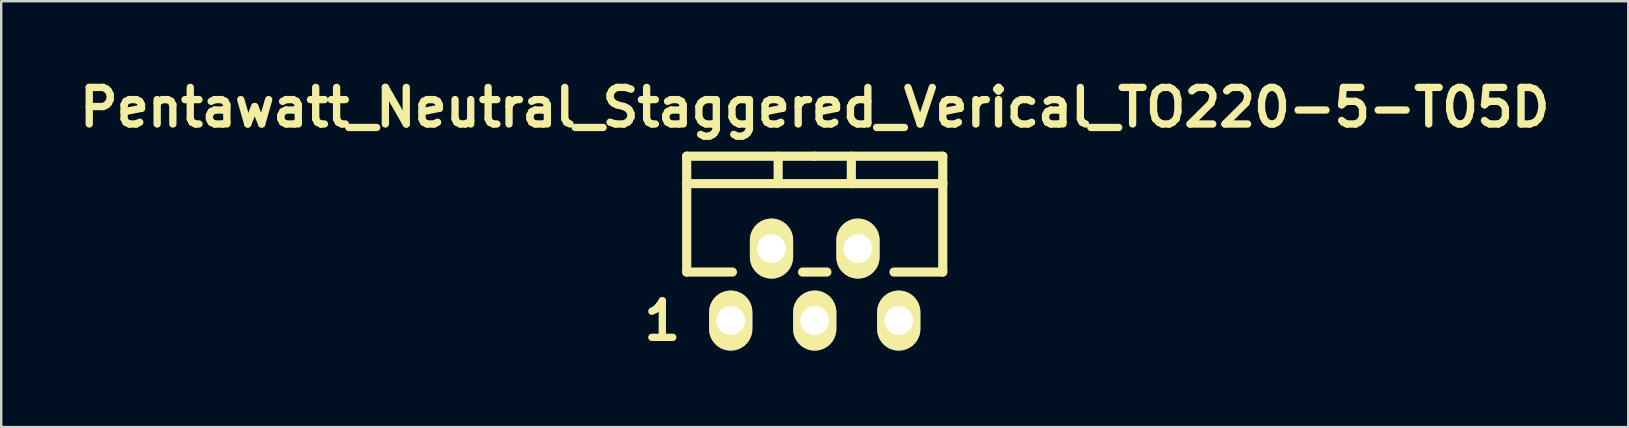
<source format=kicad_pcb>
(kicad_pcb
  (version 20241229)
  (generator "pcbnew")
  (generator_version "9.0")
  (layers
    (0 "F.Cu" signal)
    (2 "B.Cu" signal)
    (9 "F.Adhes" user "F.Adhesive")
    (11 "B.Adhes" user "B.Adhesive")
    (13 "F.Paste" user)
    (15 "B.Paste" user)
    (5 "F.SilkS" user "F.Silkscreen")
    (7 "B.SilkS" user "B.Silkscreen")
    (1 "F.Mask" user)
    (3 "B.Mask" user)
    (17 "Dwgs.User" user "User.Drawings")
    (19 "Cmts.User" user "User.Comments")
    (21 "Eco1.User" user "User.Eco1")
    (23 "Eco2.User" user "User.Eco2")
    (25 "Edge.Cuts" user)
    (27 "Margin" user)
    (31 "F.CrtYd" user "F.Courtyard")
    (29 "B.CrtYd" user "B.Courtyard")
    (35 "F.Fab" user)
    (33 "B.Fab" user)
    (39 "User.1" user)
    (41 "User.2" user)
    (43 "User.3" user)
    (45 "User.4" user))
  (footprint "Pentawatt_Neutral_Staggered_Verical_TO220-5-T05D"
    (layer "F.Cu")
    (at 30.894 6.506)
    (property "Reference" "Pentawatt_Neutral_Staggered_Verical_TO220-5-T05D" (at 0 -5.08 0) (layer "F.SilkS") (effects (font (size 1.524 1.524) (thickness 0.305))))
    (attr through_hole)
    (fp_line (start -5.334 -1.905) (end -5.334 -3.048) (stroke (width 0.381) (type solid)) (layer "F.SilkS"))
    (fp_line (start -5.334 1.778) (end -5.334 -1.905) (stroke (width 0.381) (type solid)) (layer "F.SilkS"))
    (fp_line (start -5.334 1.778) (end -3.429 1.778) (stroke (width 0.381) (type solid)) (layer "F.SilkS"))
    (fp_line (start -1.524 -3.048) (end -1.524 -1.905) (stroke (width 0.381) (type solid)) (layer "F.SilkS"))
    (fp_line (start -0.508 1.778) (end 0.508 1.778) (stroke (width 0.381) (type solid)) (layer "F.SilkS"))
    (fp_line (start 0 -3.048) (end -5.334 -3.048) (stroke (width 0.381) (type solid)) (layer "F.SilkS"))
    (fp_line (start 0 -3.048) (end 5.334 -3.048) (stroke (width 0.381) (type solid)) (layer "F.SilkS"))
    (fp_line (start 1.524 -3.048) (end 1.524 -1.905) (stroke (width 0.381) (type solid)) (layer "F.SilkS"))
    (fp_line (start 3.302 1.778) (end 5.334 1.778) (stroke (width 0.381) (type solid)) (layer "F.SilkS"))
    (fp_line (start 5.334 -3.048) (end 5.334 -1.905) (stroke (width 0.381) (type solid)) (layer "F.SilkS"))
    (fp_line (start 5.334 -1.905) (end -5.334 -1.905) (stroke (width 0.381) (type solid)) (layer "F.SilkS"))
    (fp_line (start 5.334 -1.905) (end 5.334 1.778) (stroke (width 0.381) (type solid)) (layer "F.SilkS"))
    (fp_text user "1" (at -6.35 3.81 0) (layer "F.SilkS") (effects (font (size 1.524 1.524) (thickness 0.305))))
    (pad "1" thru_hole oval (at -3.5 3.8 90) (size 2.499 1.801) (drill 1.199) (layers "*.Cu" "*.Mask" "F.SilkS"))
    (pad "2" thru_hole oval (at -1.801 0.8 90) (size 2.499 1.801) (drill 1.199) (layers "*.Cu" "*.Mask" "F.SilkS"))
    (pad "3" thru_hole oval (at 0 3.8 90) (size 2.499 1.801) (drill 1.199) (layers "*.Cu" "*.Mask" "F.SilkS"))
    (pad "4" thru_hole oval (at 1.801 0.8 90) (size 2.499 1.801) (drill 1.199) (layers "*.Cu" "*.Mask" "F.SilkS"))
    (pad "5" thru_hole oval (at 3.5 3.8 90) (size 2.499 1.801) (drill 1.199) (layers "*.Cu" "*.Mask" "F.SilkS")))
  (gr_rect
    (start -3 -3)
    (end 64.787 14.743)
    (stroke (width 0.1) (type default))
    (fill no)
    (layer "Edge.Cuts")))
</source>
